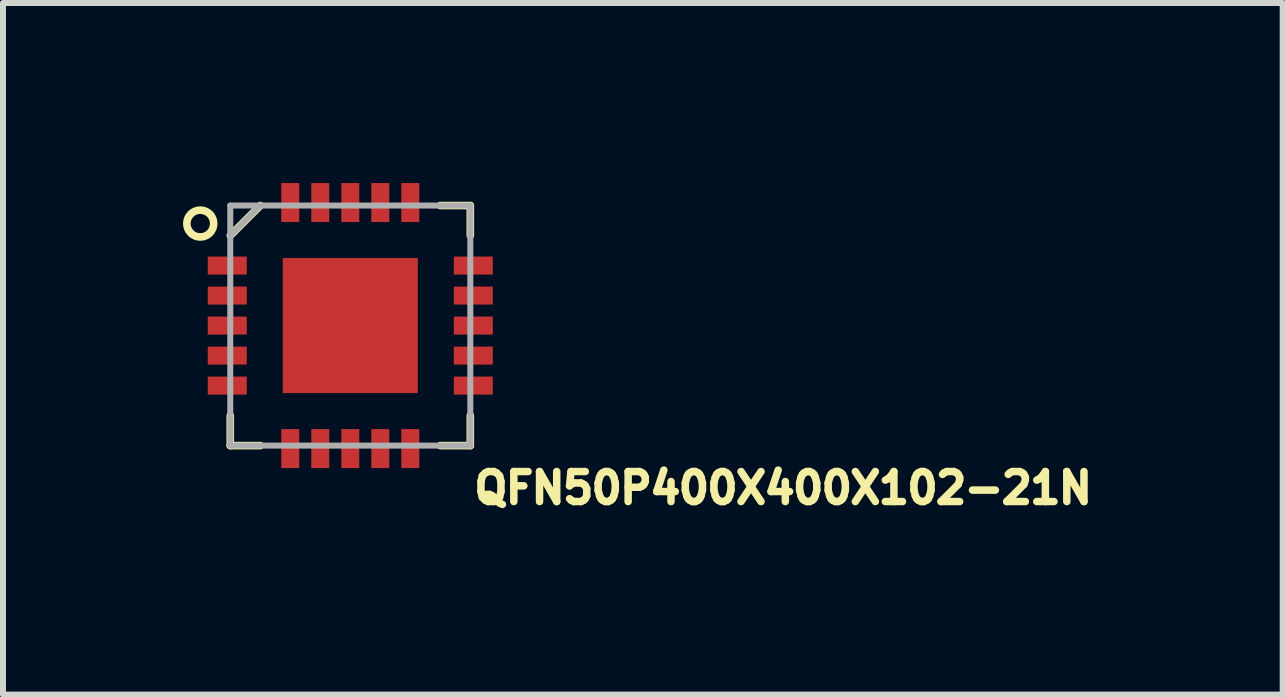
<source format=kicad_pcb>
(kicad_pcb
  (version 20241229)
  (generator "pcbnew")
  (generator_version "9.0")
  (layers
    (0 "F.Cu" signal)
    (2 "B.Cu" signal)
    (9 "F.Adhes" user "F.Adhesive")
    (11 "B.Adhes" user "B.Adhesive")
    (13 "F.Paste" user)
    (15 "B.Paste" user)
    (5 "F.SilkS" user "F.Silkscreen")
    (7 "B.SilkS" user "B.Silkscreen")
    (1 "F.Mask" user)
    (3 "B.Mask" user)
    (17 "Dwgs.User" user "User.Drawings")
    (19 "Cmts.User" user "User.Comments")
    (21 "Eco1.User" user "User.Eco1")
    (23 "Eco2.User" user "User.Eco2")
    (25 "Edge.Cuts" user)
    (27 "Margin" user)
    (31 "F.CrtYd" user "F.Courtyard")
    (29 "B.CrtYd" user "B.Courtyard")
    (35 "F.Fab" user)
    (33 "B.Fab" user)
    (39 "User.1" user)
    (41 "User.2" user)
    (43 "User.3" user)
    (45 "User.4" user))
  (footprint "QFN50P400X400X102-21N"
    (layer "F.Cu")
    (at 2.787 2.375)
    (property "Reference" "QFN50P400X400X102-21N" (at 2 3 0) (layer "F.SilkS") (effects (font (size 0.5 0.5) (thickness 0.125)) (justify left bottom)))
    (fp_line (start -2 -1.5) (end -1.5 -2) (stroke (width 0.127) (type solid)) (layer "F.SilkS"))
    (fp_line (start -2 2) (end -2 1.5) (stroke (width 0.127) (type solid)) (layer "F.SilkS"))
    (fp_line (start -1.5 2) (end -2 2) (stroke (width 0.127) (type solid)) (layer "F.SilkS"))
    (fp_line (start 1.5 -2) (end 2 -2) (stroke (width 0.127) (type solid)) (layer "F.SilkS"))
    (fp_line (start 2 -2) (end 2 -1.5) (stroke (width 0.127) (type solid)) (layer "F.SilkS"))
    (fp_line (start 2 1.5) (end 2 2) (stroke (width 0.127) (type solid)) (layer "F.SilkS"))
    (fp_line (start 2 2) (end 1.5 2) (stroke (width 0.127) (type solid)) (layer "F.SilkS"))
    (fp_circle (center -2.5 -1.7) (end -2.276 -1.7) (stroke (width 0.127) (type solid)) (fill no) (layer "F.SilkS"))
    (fp_poly (pts (xy -1 -0.1) (xy -0.2 -0.1) (xy -0.2 -0.9) (xy -1 -0.9)) (stroke (width 0) (type solid)) (fill yes) (layer "F.Paste"))
    (fp_poly (pts (xy -1 1) (xy -0.2 1) (xy -0.2 0.2) (xy -1 0.2)) (stroke (width 0) (type solid)) (fill yes) (layer "F.Paste"))
    (fp_poly (pts (xy 0.2 -0.1) (xy 1 -0.1) (xy 1 -0.9) (xy 0.2 -0.9)) (stroke (width 0) (type solid)) (fill yes) (layer "F.Paste"))
    (fp_poly (pts (xy 0.2 1) (xy 1 1) (xy 1 0.2) (xy 0.2 0.2)) (stroke (width 0) (type solid)) (fill yes) (layer "F.Paste"))
    (fp_line (start -2 -2) (end 2 -2) (stroke (width 0.1) (type solid)) (layer "F.Fab"))
    (fp_line (start -2 -1.5) (end -1.5 -2) (stroke (width 0.1) (type solid)) (layer "F.Fab"))
    (fp_line (start -2 2) (end -2 -2) (stroke (width 0.1) (type solid)) (layer "F.Fab"))
    (fp_line (start 2 -2) (end 2 2) (stroke (width 0.1) (type solid)) (layer "F.Fab"))
    (fp_line (start 2 2) (end -2 2) (stroke (width 0.1) (type solid)) (layer "F.Fab"))
    (pad "1" smd rect (at -2.05 -1) (size 0.65 0.3) (layers "F.Cu" "F.Mask" "F.Paste"))
    (pad "2" smd rect (at -2.05 -0.5) (size 0.65 0.3) (layers "F.Cu" "F.Mask" "F.Paste"))
    (pad "3" smd rect (at -2.05 0) (size 0.65 0.3) (layers "F.Cu" "F.Mask" "F.Paste"))
    (pad "4" smd rect (at -2.05 0.5) (size 0.65 0.3) (layers "F.Cu" "F.Mask" "F.Paste"))
    (pad "5" smd rect (at -2.05 1) (size 0.65 0.3) (layers "F.Cu" "F.Mask" "F.Paste"))
    (pad "6" smd rect (at -1 2.05 90) (size 0.65 0.3) (layers "F.Cu" "F.Mask" "F.Paste"))
    (pad "7" smd rect (at -0.5 2.05 90) (size 0.65 0.3) (layers "F.Cu" "F.Mask" "F.Paste"))
    (pad "8" smd rect (at 0 2.05 90) (size 0.65 0.3) (layers "F.Cu" "F.Mask" "F.Paste"))
    (pad "9" smd rect (at 0.5 2.05 90) (size 0.65 0.3) (layers "F.Cu" "F.Mask" "F.Paste"))
    (pad "10" smd rect (at 1 2.05 90) (size 0.65 0.3) (layers "F.Cu" "F.Mask" "F.Paste"))
    (pad "11" smd rect (at 2.05 1) (size 0.65 0.3) (layers "F.Cu" "F.Mask" "F.Paste"))
    (pad "12" smd rect (at 2.05 0.5) (size 0.65 0.3) (layers "F.Cu" "F.Mask" "F.Paste"))
    (pad "13" smd rect (at 2.05 0) (size 0.65 0.3) (layers "F.Cu" "F.Mask" "F.Paste"))
    (pad "14" smd rect (at 2.05 -0.5) (size 0.65 0.3) (layers "F.Cu" "F.Mask" "F.Paste"))
    (pad "15" smd rect (at 2.05 -1) (size 0.65 0.3) (layers "F.Cu" "F.Mask" "F.Paste"))
    (pad "16" smd rect (at 1 -2.05 90) (size 0.65 0.3) (layers "F.Cu" "F.Mask" "F.Paste"))
    (pad "17" smd rect (at 0.5 -2.05 90) (size 0.65 0.3) (layers "F.Cu" "F.Mask" "F.Paste"))
    (pad "18" smd rect (at 0 -2.05 90) (size 0.65 0.3) (layers "F.Cu" "F.Mask" "F.Paste"))
    (pad "19" smd rect (at -0.5 -2.05 90) (size 0.65 0.3) (layers "F.Cu" "F.Mask" "F.Paste"))
    (pad "20" smd rect (at -1 -2.05 90) (size 0.65 0.3) (layers "F.Cu" "F.Mask" "F.Paste"))
    (pad "21" smd rect (at 0 0 90) (size 2.25 2.25) (layers "F.Cu" "F.Mask")))
  (gr_rect
    (start -3 -3)
    (end 18.324 8.524)
    (stroke (width 0.1) (type default))
    (fill no)
    (layer "Edge.Cuts")))
</source>
